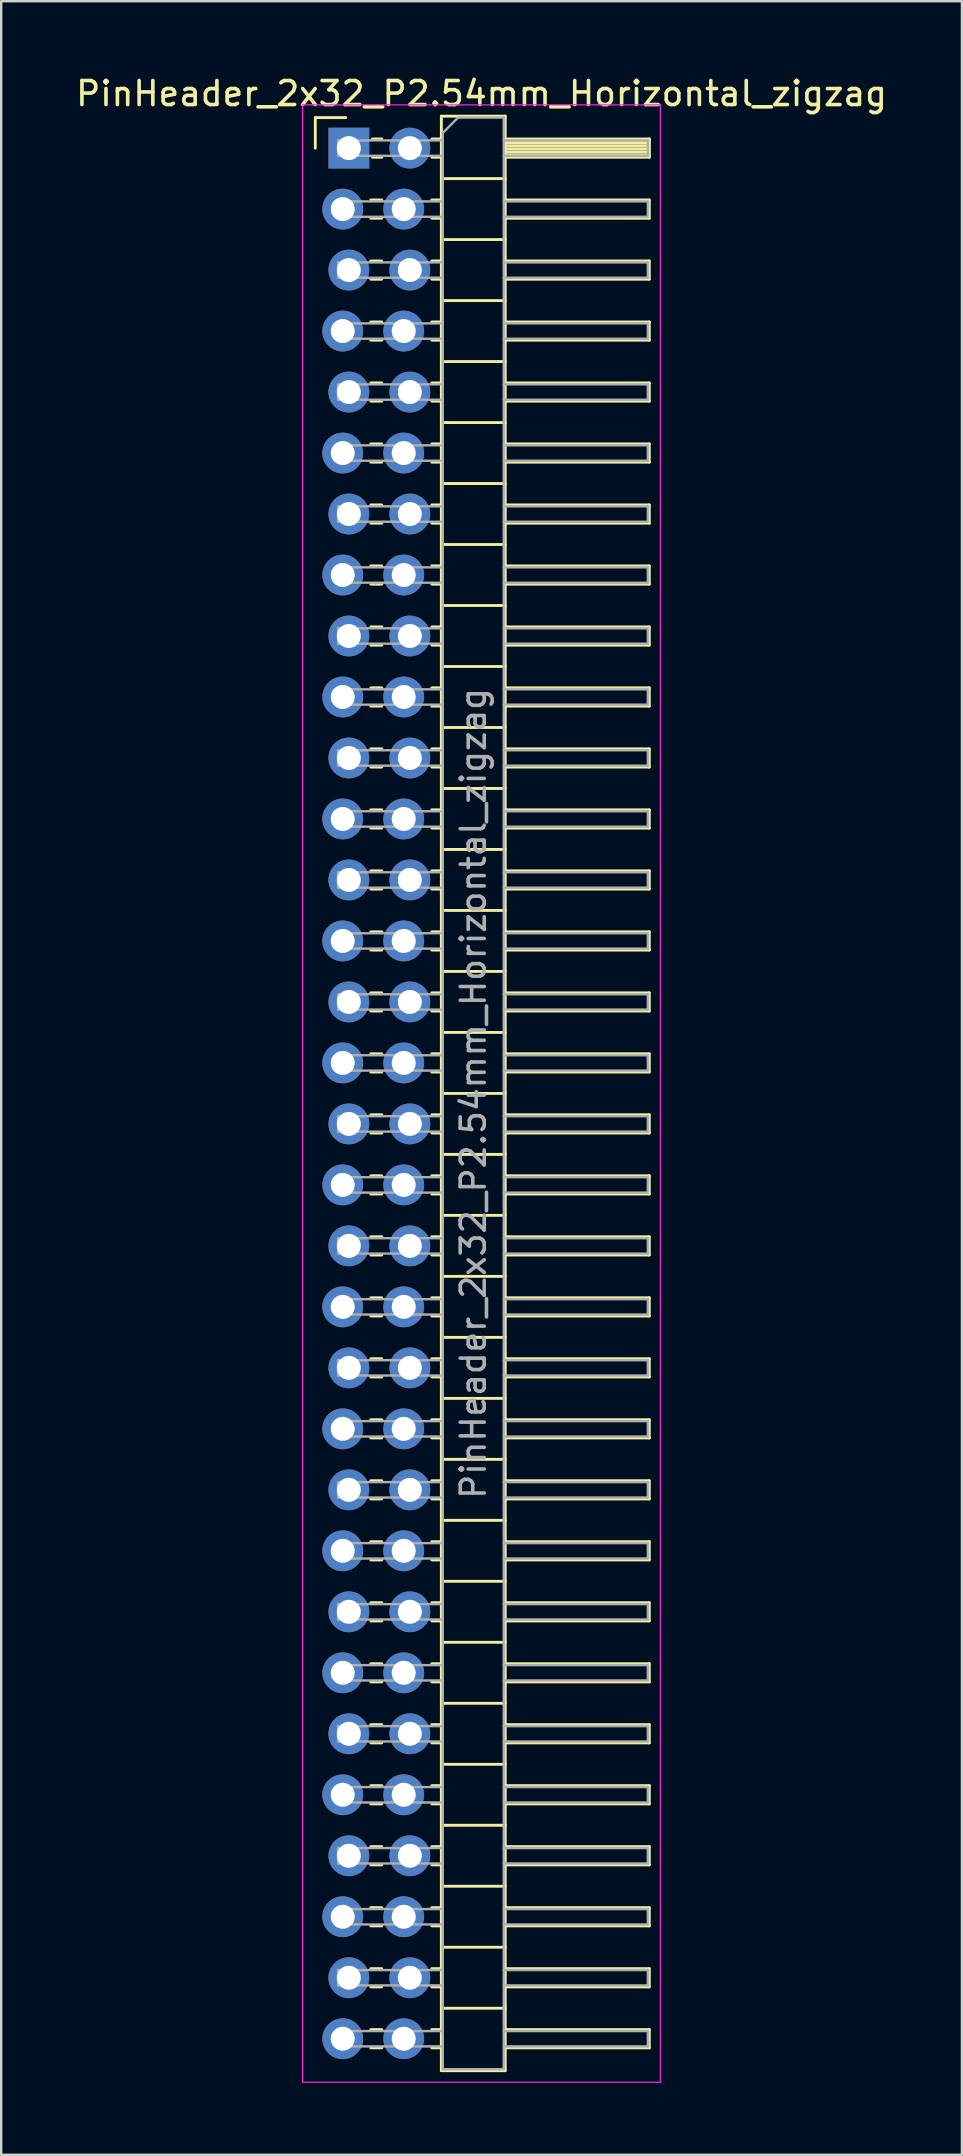
<source format=kicad_pcb>
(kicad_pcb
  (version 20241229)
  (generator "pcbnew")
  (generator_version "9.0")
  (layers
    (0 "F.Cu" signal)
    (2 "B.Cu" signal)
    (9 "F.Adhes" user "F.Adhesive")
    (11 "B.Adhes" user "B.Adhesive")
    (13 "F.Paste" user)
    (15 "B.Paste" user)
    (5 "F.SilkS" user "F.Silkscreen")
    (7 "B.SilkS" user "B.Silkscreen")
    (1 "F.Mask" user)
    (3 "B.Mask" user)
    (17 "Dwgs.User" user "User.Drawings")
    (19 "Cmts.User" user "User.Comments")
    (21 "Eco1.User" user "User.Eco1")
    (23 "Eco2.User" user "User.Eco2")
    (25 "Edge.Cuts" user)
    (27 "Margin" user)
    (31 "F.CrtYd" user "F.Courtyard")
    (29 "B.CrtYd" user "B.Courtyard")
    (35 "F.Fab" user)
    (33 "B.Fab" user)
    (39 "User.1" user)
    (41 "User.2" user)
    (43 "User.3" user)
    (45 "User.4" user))
  (footprint "PinHeader_2x32_P2.54mm_Horizontal_zigzag"
    (layer "F.Cu")
    (at 11.351 3.118)
    (property "Reference" "PinHeader_2x32_P2.54mm_Horizontal_zigzag" (at 5.655 -2.27 0) (layer "F.SilkS") (effects (font (size 1 1) (thickness 0.15))))
    (attr through_hole)
    (fp_line (start -1.27 -1.27) (end 0 -1.27) (stroke (width 0.12) (type solid)) (layer "F.SilkS"))
    (fp_line (start -1.27 0) (end -1.27 -1.27) (stroke (width 0.12) (type solid)) (layer "F.SilkS"))
    (fp_line (start 1.043 2.16) (end 1.497 2.16) (stroke (width 0.12) (type solid)) (layer "F.SilkS"))
    (fp_line (start 1.043 2.92) (end 1.497 2.92) (stroke (width 0.12) (type solid)) (layer "F.SilkS"))
    (fp_line (start 1.043 4.7) (end 1.497 4.7) (stroke (width 0.12) (type solid)) (layer "F.SilkS"))
    (fp_line (start 1.043 5.46) (end 1.497 5.46) (stroke (width 0.12) (type solid)) (layer "F.SilkS"))
    (fp_line (start 1.043 7.24) (end 1.497 7.24) (stroke (width 0.12) (type solid)) (layer "F.SilkS"))
    (fp_line (start 1.043 8) (end 1.497 8) (stroke (width 0.12) (type solid)) (layer "F.SilkS"))
    (fp_line (start 1.043 9.78) (end 1.497 9.78) (stroke (width 0.12) (type solid)) (layer "F.SilkS"))
    (fp_line (start 1.043 10.54) (end 1.497 10.54) (stroke (width 0.12) (type solid)) (layer "F.SilkS"))
    (fp_line (start 1.043 12.32) (end 1.497 12.32) (stroke (width 0.12) (type solid)) (layer "F.SilkS"))
    (fp_line (start 1.043 13.08) (end 1.497 13.08) (stroke (width 0.12) (type solid)) (layer "F.SilkS"))
    (fp_line (start 1.043 14.86) (end 1.497 14.86) (stroke (width 0.12) (type solid)) (layer "F.SilkS"))
    (fp_line (start 1.043 15.62) (end 1.497 15.62) (stroke (width 0.12) (type solid)) (layer "F.SilkS"))
    (fp_line (start 1.043 17.4) (end 1.497 17.4) (stroke (width 0.12) (type solid)) (layer "F.SilkS"))
    (fp_line (start 1.043 18.16) (end 1.497 18.16) (stroke (width 0.12) (type solid)) (layer "F.SilkS"))
    (fp_line (start 1.043 19.94) (end 1.497 19.94) (stroke (width 0.12) (type solid)) (layer "F.SilkS"))
    (fp_line (start 1.043 20.7) (end 1.497 20.7) (stroke (width 0.12) (type solid)) (layer "F.SilkS"))
    (fp_line (start 1.043 22.48) (end 1.497 22.48) (stroke (width 0.12) (type solid)) (layer "F.SilkS"))
    (fp_line (start 1.043 23.24) (end 1.497 23.24) (stroke (width 0.12) (type solid)) (layer "F.SilkS"))
    (fp_line (start 1.043 25.02) (end 1.497 25.02) (stroke (width 0.12) (type solid)) (layer "F.SilkS"))
    (fp_line (start 1.043 25.78) (end 1.497 25.78) (stroke (width 0.12) (type solid)) (layer "F.SilkS"))
    (fp_line (start 1.043 27.56) (end 1.497 27.56) (stroke (width 0.12) (type solid)) (layer "F.SilkS"))
    (fp_line (start 1.043 28.32) (end 1.497 28.32) (stroke (width 0.12) (type solid)) (layer "F.SilkS"))
    (fp_line (start 1.043 30.1) (end 1.497 30.1) (stroke (width 0.12) (type solid)) (layer "F.SilkS"))
    (fp_line (start 1.043 30.86) (end 1.497 30.86) (stroke (width 0.12) (type solid)) (layer "F.SilkS"))
    (fp_line (start 1.043 32.64) (end 1.497 32.64) (stroke (width 0.12) (type solid)) (layer "F.SilkS"))
    (fp_line (start 1.043 33.4) (end 1.497 33.4) (stroke (width 0.12) (type solid)) (layer "F.SilkS"))
    (fp_line (start 1.043 35.18) (end 1.497 35.18) (stroke (width 0.12) (type solid)) (layer "F.SilkS"))
    (fp_line (start 1.043 35.94) (end 1.497 35.94) (stroke (width 0.12) (type solid)) (layer "F.SilkS"))
    (fp_line (start 1.043 37.72) (end 1.497 37.72) (stroke (width 0.12) (type solid)) (layer "F.SilkS"))
    (fp_line (start 1.043 38.48) (end 1.497 38.48) (stroke (width 0.12) (type solid)) (layer "F.SilkS"))
    (fp_line (start 1.043 40.26) (end 1.497 40.26) (stroke (width 0.12) (type solid)) (layer "F.SilkS"))
    (fp_line (start 1.043 41.02) (end 1.497 41.02) (stroke (width 0.12) (type solid)) (layer "F.SilkS"))
    (fp_line (start 1.043 42.8) (end 1.497 42.8) (stroke (width 0.12) (type solid)) (layer "F.SilkS"))
    (fp_line (start 1.043 43.56) (end 1.497 43.56) (stroke (width 0.12) (type solid)) (layer "F.SilkS"))
    (fp_line (start 1.043 45.34) (end 1.497 45.34) (stroke (width 0.12) (type solid)) (layer "F.SilkS"))
    (fp_line (start 1.043 46.1) (end 1.497 46.1) (stroke (width 0.12) (type solid)) (layer "F.SilkS"))
    (fp_line (start 1.043 47.88) (end 1.497 47.88) (stroke (width 0.12) (type solid)) (layer "F.SilkS"))
    (fp_line (start 1.043 48.64) (end 1.497 48.64) (stroke (width 0.12) (type solid)) (layer "F.SilkS"))
    (fp_line (start 1.043 50.42) (end 1.497 50.42) (stroke (width 0.12) (type solid)) (layer "F.SilkS"))
    (fp_line (start 1.043 51.18) (end 1.497 51.18) (stroke (width 0.12) (type solid)) (layer "F.SilkS"))
    (fp_line (start 1.043 52.96) (end 1.497 52.96) (stroke (width 0.12) (type solid)) (layer "F.SilkS"))
    (fp_line (start 1.043 53.72) (end 1.497 53.72) (stroke (width 0.12) (type solid)) (layer "F.SilkS"))
    (fp_line (start 1.043 55.5) (end 1.497 55.5) (stroke (width 0.12) (type solid)) (layer "F.SilkS"))
    (fp_line (start 1.043 56.26) (end 1.497 56.26) (stroke (width 0.12) (type solid)) (layer "F.SilkS"))
    (fp_line (start 1.043 58.04) (end 1.497 58.04) (stroke (width 0.12) (type solid)) (layer "F.SilkS"))
    (fp_line (start 1.043 58.8) (end 1.497 58.8) (stroke (width 0.12) (type solid)) (layer "F.SilkS"))
    (fp_line (start 1.043 60.58) (end 1.497 60.58) (stroke (width 0.12) (type solid)) (layer "F.SilkS"))
    (fp_line (start 1.043 61.34) (end 1.497 61.34) (stroke (width 0.12) (type solid)) (layer "F.SilkS"))
    (fp_line (start 1.043 63.12) (end 1.497 63.12) (stroke (width 0.12) (type solid)) (layer "F.SilkS"))
    (fp_line (start 1.043 63.88) (end 1.497 63.88) (stroke (width 0.12) (type solid)) (layer "F.SilkS"))
    (fp_line (start 1.043 65.66) (end 1.497 65.66) (stroke (width 0.12) (type solid)) (layer "F.SilkS"))
    (fp_line (start 1.043 66.42) (end 1.497 66.42) (stroke (width 0.12) (type solid)) (layer "F.SilkS"))
    (fp_line (start 1.043 68.2) (end 1.497 68.2) (stroke (width 0.12) (type solid)) (layer "F.SilkS"))
    (fp_line (start 1.043 68.96) (end 1.497 68.96) (stroke (width 0.12) (type solid)) (layer "F.SilkS"))
    (fp_line (start 1.043 70.74) (end 1.497 70.74) (stroke (width 0.12) (type solid)) (layer "F.SilkS"))
    (fp_line (start 1.043 71.5) (end 1.497 71.5) (stroke (width 0.12) (type solid)) (layer "F.SilkS"))
    (fp_line (start 1.043 73.28) (end 1.497 73.28) (stroke (width 0.12) (type solid)) (layer "F.SilkS"))
    (fp_line (start 1.043 74.04) (end 1.497 74.04) (stroke (width 0.12) (type solid)) (layer "F.SilkS"))
    (fp_line (start 1.043 75.82) (end 1.497 75.82) (stroke (width 0.12) (type solid)) (layer "F.SilkS"))
    (fp_line (start 1.043 76.58) (end 1.497 76.58) (stroke (width 0.12) (type solid)) (layer "F.SilkS"))
    (fp_line (start 1.043 78.36) (end 1.497 78.36) (stroke (width 0.12) (type solid)) (layer "F.SilkS"))
    (fp_line (start 1.043 79.12) (end 1.497 79.12) (stroke (width 0.12) (type solid)) (layer "F.SilkS"))
    (fp_line (start 1.11 -0.38) (end 1.497 -0.38) (stroke (width 0.12) (type solid)) (layer "F.SilkS"))
    (fp_line (start 1.11 0.38) (end 1.497 0.38) (stroke (width 0.12) (type solid)) (layer "F.SilkS"))
    (fp_line (start 3.583 -0.38) (end 3.98 -0.38) (stroke (width 0.12) (type solid)) (layer "F.SilkS"))
    (fp_line (start 3.583 0.38) (end 3.98 0.38) (stroke (width 0.12) (type solid)) (layer "F.SilkS"))
    (fp_line (start 3.583 2.16) (end 3.98 2.16) (stroke (width 0.12) (type solid)) (layer "F.SilkS"))
    (fp_line (start 3.583 2.92) (end 3.98 2.92) (stroke (width 0.12) (type solid)) (layer "F.SilkS"))
    (fp_line (start 3.583 4.7) (end 3.98 4.7) (stroke (width 0.12) (type solid)) (layer "F.SilkS"))
    (fp_line (start 3.583 5.46) (end 3.98 5.46) (stroke (width 0.12) (type solid)) (layer "F.SilkS"))
    (fp_line (start 3.583 7.24) (end 3.98 7.24) (stroke (width 0.12) (type solid)) (layer "F.SilkS"))
    (fp_line (start 3.583 8) (end 3.98 8) (stroke (width 0.12) (type solid)) (layer "F.SilkS"))
    (fp_line (start 3.583 9.78) (end 3.98 9.78) (stroke (width 0.12) (type solid)) (layer "F.SilkS"))
    (fp_line (start 3.583 10.54) (end 3.98 10.54) (stroke (width 0.12) (type solid)) (layer "F.SilkS"))
    (fp_line (start 3.583 12.32) (end 3.98 12.32) (stroke (width 0.12) (type solid)) (layer "F.SilkS"))
    (fp_line (start 3.583 13.08) (end 3.98 13.08) (stroke (width 0.12) (type solid)) (layer "F.SilkS"))
    (fp_line (start 3.583 14.86) (end 3.98 14.86) (stroke (width 0.12) (type solid)) (layer "F.SilkS"))
    (fp_line (start 3.583 15.62) (end 3.98 15.62) (stroke (width 0.12) (type solid)) (layer "F.SilkS"))
    (fp_line (start 3.583 17.4) (end 3.98 17.4) (stroke (width 0.12) (type solid)) (layer "F.SilkS"))
    (fp_line (start 3.583 18.16) (end 3.98 18.16) (stroke (width 0.12) (type solid)) (layer "F.SilkS"))
    (fp_line (start 3.583 19.94) (end 3.98 19.94) (stroke (width 0.12) (type solid)) (layer "F.SilkS"))
    (fp_line (start 3.583 20.7) (end 3.98 20.7) (stroke (width 0.12) (type solid)) (layer "F.SilkS"))
    (fp_line (start 3.583 22.48) (end 3.98 22.48) (stroke (width 0.12) (type solid)) (layer "F.SilkS"))
    (fp_line (start 3.583 23.24) (end 3.98 23.24) (stroke (width 0.12) (type solid)) (layer "F.SilkS"))
    (fp_line (start 3.583 25.02) (end 3.98 25.02) (stroke (width 0.12) (type solid)) (layer "F.SilkS"))
    (fp_line (start 3.583 25.78) (end 3.98 25.78) (stroke (width 0.12) (type solid)) (layer "F.SilkS"))
    (fp_line (start 3.583 27.56) (end 3.98 27.56) (stroke (width 0.12) (type solid)) (layer "F.SilkS"))
    (fp_line (start 3.583 28.32) (end 3.98 28.32) (stroke (width 0.12) (type solid)) (layer "F.SilkS"))
    (fp_line (start 3.583 30.1) (end 3.98 30.1) (stroke (width 0.12) (type solid)) (layer "F.SilkS"))
    (fp_line (start 3.583 30.86) (end 3.98 30.86) (stroke (width 0.12) (type solid)) (layer "F.SilkS"))
    (fp_line (start 3.583 32.64) (end 3.98 32.64) (stroke (width 0.12) (type solid)) (layer "F.SilkS"))
    (fp_line (start 3.583 33.4) (end 3.98 33.4) (stroke (width 0.12) (type solid)) (layer "F.SilkS"))
    (fp_line (start 3.583 35.18) (end 3.98 35.18) (stroke (width 0.12) (type solid)) (layer "F.SilkS"))
    (fp_line (start 3.583 35.94) (end 3.98 35.94) (stroke (width 0.12) (type solid)) (layer "F.SilkS"))
    (fp_line (start 3.583 37.72) (end 3.98 37.72) (stroke (width 0.12) (type solid)) (layer "F.SilkS"))
    (fp_line (start 3.583 38.48) (end 3.98 38.48) (stroke (width 0.12) (type solid)) (layer "F.SilkS"))
    (fp_line (start 3.583 40.26) (end 3.98 40.26) (stroke (width 0.12) (type solid)) (layer "F.SilkS"))
    (fp_line (start 3.583 41.02) (end 3.98 41.02) (stroke (width 0.12) (type solid)) (layer "F.SilkS"))
    (fp_line (start 3.583 42.8) (end 3.98 42.8) (stroke (width 0.12) (type solid)) (layer "F.SilkS"))
    (fp_line (start 3.583 43.56) (end 3.98 43.56) (stroke (width 0.12) (type solid)) (layer "F.SilkS"))
    (fp_line (start 3.583 45.34) (end 3.98 45.34) (stroke (width 0.12) (type solid)) (layer "F.SilkS"))
    (fp_line (start 3.583 46.1) (end 3.98 46.1) (stroke (width 0.12) (type solid)) (layer "F.SilkS"))
    (fp_line (start 3.583 47.88) (end 3.98 47.88) (stroke (width 0.12) (type solid)) (layer "F.SilkS"))
    (fp_line (start 3.583 48.64) (end 3.98 48.64) (stroke (width 0.12) (type solid)) (layer "F.SilkS"))
    (fp_line (start 3.583 50.42) (end 3.98 50.42) (stroke (width 0.12) (type solid)) (layer "F.SilkS"))
    (fp_line (start 3.583 51.18) (end 3.98 51.18) (stroke (width 0.12) (type solid)) (layer "F.SilkS"))
    (fp_line (start 3.583 52.96) (end 3.98 52.96) (stroke (width 0.12) (type solid)) (layer "F.SilkS"))
    (fp_line (start 3.583 53.72) (end 3.98 53.72) (stroke (width 0.12) (type solid)) (layer "F.SilkS"))
    (fp_line (start 3.583 55.5) (end 3.98 55.5) (stroke (width 0.12) (type solid)) (layer "F.SilkS"))
    (fp_line (start 3.583 56.26) (end 3.98 56.26) (stroke (width 0.12) (type solid)) (layer "F.SilkS"))
    (fp_line (start 3.583 58.04) (end 3.98 58.04) (stroke (width 0.12) (type solid)) (layer "F.SilkS"))
    (fp_line (start 3.583 58.8) (end 3.98 58.8) (stroke (width 0.12) (type solid)) (layer "F.SilkS"))
    (fp_line (start 3.583 60.58) (end 3.98 60.58) (stroke (width 0.12) (type solid)) (layer "F.SilkS"))
    (fp_line (start 3.583 61.34) (end 3.98 61.34) (stroke (width 0.12) (type solid)) (layer "F.SilkS"))
    (fp_line (start 3.583 63.12) (end 3.98 63.12) (stroke (width 0.12) (type solid)) (layer "F.SilkS"))
    (fp_line (start 3.583 63.88) (end 3.98 63.88) (stroke (width 0.12) (type solid)) (layer "F.SilkS"))
    (fp_line (start 3.583 65.66) (end 3.98 65.66) (stroke (width 0.12) (type solid)) (layer "F.SilkS"))
    (fp_line (start 3.583 66.42) (end 3.98 66.42) (stroke (width 0.12) (type solid)) (layer "F.SilkS"))
    (fp_line (start 3.583 68.2) (end 3.98 68.2) (stroke (width 0.12) (type solid)) (layer "F.SilkS"))
    (fp_line (start 3.583 68.96) (end 3.98 68.96) (stroke (width 0.12) (type solid)) (layer "F.SilkS"))
    (fp_line (start 3.583 70.74) (end 3.98 70.74) (stroke (width 0.12) (type solid)) (layer "F.SilkS"))
    (fp_line (start 3.583 71.5) (end 3.98 71.5) (stroke (width 0.12) (type solid)) (layer "F.SilkS"))
    (fp_line (start 3.583 73.28) (end 3.98 73.28) (stroke (width 0.12) (type solid)) (layer "F.SilkS"))
    (fp_line (start 3.583 74.04) (end 3.98 74.04) (stroke (width 0.12) (type solid)) (layer "F.SilkS"))
    (fp_line (start 3.583 75.82) (end 3.98 75.82) (stroke (width 0.12) (type solid)) (layer "F.SilkS"))
    (fp_line (start 3.583 76.58) (end 3.98 76.58) (stroke (width 0.12) (type solid)) (layer "F.SilkS"))
    (fp_line (start 3.583 78.36) (end 3.98 78.36) (stroke (width 0.12) (type solid)) (layer "F.SilkS"))
    (fp_line (start 3.583 79.12) (end 3.98 79.12) (stroke (width 0.12) (type solid)) (layer "F.SilkS"))
    (fp_line (start 3.98 -1.33) (end 3.98 80.07) (stroke (width 0.12) (type solid)) (layer "F.SilkS"))
    (fp_line (start 3.98 1.27) (end 6.64 1.27) (stroke (width 0.12) (type solid)) (layer "F.SilkS"))
    (fp_line (start 3.98 3.81) (end 6.64 3.81) (stroke (width 0.12) (type solid)) (layer "F.SilkS"))
    (fp_line (start 3.98 6.35) (end 6.64 6.35) (stroke (width 0.12) (type solid)) (layer "F.SilkS"))
    (fp_line (start 3.98 8.89) (end 6.64 8.89) (stroke (width 0.12) (type solid)) (layer "F.SilkS"))
    (fp_line (start 3.98 11.43) (end 6.64 11.43) (stroke (width 0.12) (type solid)) (layer "F.SilkS"))
    (fp_line (start 3.98 13.97) (end 6.64 13.97) (stroke (width 0.12) (type solid)) (layer "F.SilkS"))
    (fp_line (start 3.98 16.51) (end 6.64 16.51) (stroke (width 0.12) (type solid)) (layer "F.SilkS"))
    (fp_line (start 3.98 19.05) (end 6.64 19.05) (stroke (width 0.12) (type solid)) (layer "F.SilkS"))
    (fp_line (start 3.98 21.59) (end 6.64 21.59) (stroke (width 0.12) (type solid)) (layer "F.SilkS"))
    (fp_line (start 3.98 24.13) (end 6.64 24.13) (stroke (width 0.12) (type solid)) (layer "F.SilkS"))
    (fp_line (start 3.98 26.67) (end 6.64 26.67) (stroke (width 0.12) (type solid)) (layer "F.SilkS"))
    (fp_line (start 3.98 29.21) (end 6.64 29.21) (stroke (width 0.12) (type solid)) (layer "F.SilkS"))
    (fp_line (start 3.98 31.75) (end 6.64 31.75) (stroke (width 0.12) (type solid)) (layer "F.SilkS"))
    (fp_line (start 3.98 34.29) (end 6.64 34.29) (stroke (width 0.12) (type solid)) (layer "F.SilkS"))
    (fp_line (start 3.98 36.83) (end 6.64 36.83) (stroke (width 0.12) (type solid)) (layer "F.SilkS"))
    (fp_line (start 3.98 39.37) (end 6.64 39.37) (stroke (width 0.12) (type solid)) (layer "F.SilkS"))
    (fp_line (start 3.98 41.91) (end 6.64 41.91) (stroke (width 0.12) (type solid)) (layer "F.SilkS"))
    (fp_line (start 3.98 44.45) (end 6.64 44.45) (stroke (width 0.12) (type solid)) (layer "F.SilkS"))
    (fp_line (start 3.98 46.99) (end 6.64 46.99) (stroke (width 0.12) (type solid)) (layer "F.SilkS"))
    (fp_line (start 3.98 49.53) (end 6.64 49.53) (stroke (width 0.12) (type solid)) (layer "F.SilkS"))
    (fp_line (start 3.98 52.07) (end 6.64 52.07) (stroke (width 0.12) (type solid)) (layer "F.SilkS"))
    (fp_line (start 3.98 54.61) (end 6.64 54.61) (stroke (width 0.12) (type solid)) (layer "F.SilkS"))
    (fp_line (start 3.98 57.15) (end 6.64 57.15) (stroke (width 0.12) (type solid)) (layer "F.SilkS"))
    (fp_line (start 3.98 59.69) (end 6.64 59.69) (stroke (width 0.12) (type solid)) (layer "F.SilkS"))
    (fp_line (start 3.98 62.23) (end 6.64 62.23) (stroke (width 0.12) (type solid)) (layer "F.SilkS"))
    (fp_line (start 3.98 64.77) (end 6.64 64.77) (stroke (width 0.12) (type solid)) (layer "F.SilkS"))
    (fp_line (start 3.98 67.31) (end 6.64 67.31) (stroke (width 0.12) (type solid)) (layer "F.SilkS"))
    (fp_line (start 3.98 69.85) (end 6.64 69.85) (stroke (width 0.12) (type solid)) (layer "F.SilkS"))
    (fp_line (start 3.98 72.39) (end 6.64 72.39) (stroke (width 0.12) (type solid)) (layer "F.SilkS"))
    (fp_line (start 3.98 74.93) (end 6.64 74.93) (stroke (width 0.12) (type solid)) (layer "F.SilkS"))
    (fp_line (start 3.98 77.47) (end 6.64 77.47) (stroke (width 0.12) (type solid)) (layer "F.SilkS"))
    (fp_line (start 3.98 80.07) (end 6.64 80.07) (stroke (width 0.12) (type solid)) (layer "F.SilkS"))
    (fp_line (start 6.64 -1.33) (end 3.98 -1.33) (stroke (width 0.12) (type solid)) (layer "F.SilkS"))
    (fp_line (start 6.64 -0.38) (end 12.64 -0.38) (stroke (width 0.12) (type solid)) (layer "F.SilkS"))
    (fp_line (start 6.64 -0.32) (end 12.64 -0.32) (stroke (width 0.12) (type solid)) (layer "F.SilkS"))
    (fp_line (start 6.64 -0.2) (end 12.64 -0.2) (stroke (width 0.12) (type solid)) (layer "F.SilkS"))
    (fp_line (start 6.64 -0.08) (end 12.64 -0.08) (stroke (width 0.12) (type solid)) (layer "F.SilkS"))
    (fp_line (start 6.64 0.04) (end 12.64 0.04) (stroke (width 0.12) (type solid)) (layer "F.SilkS"))
    (fp_line (start 6.64 0.16) (end 12.64 0.16) (stroke (width 0.12) (type solid)) (layer "F.SilkS"))
    (fp_line (start 6.64 0.28) (end 12.64 0.28) (stroke (width 0.12) (type solid)) (layer "F.SilkS"))
    (fp_line (start 6.64 2.16) (end 12.64 2.16) (stroke (width 0.12) (type solid)) (layer "F.SilkS"))
    (fp_line (start 6.64 4.7) (end 12.64 4.7) (stroke (width 0.12) (type solid)) (layer "F.SilkS"))
    (fp_line (start 6.64 7.24) (end 12.64 7.24) (stroke (width 0.12) (type solid)) (layer "F.SilkS"))
    (fp_line (start 6.64 9.78) (end 12.64 9.78) (stroke (width 0.12) (type solid)) (layer "F.SilkS"))
    (fp_line (start 6.64 12.32) (end 12.64 12.32) (stroke (width 0.12) (type solid)) (layer "F.SilkS"))
    (fp_line (start 6.64 14.86) (end 12.64 14.86) (stroke (width 0.12) (type solid)) (layer "F.SilkS"))
    (fp_line (start 6.64 17.4) (end 12.64 17.4) (stroke (width 0.12) (type solid)) (layer "F.SilkS"))
    (fp_line (start 6.64 19.94) (end 12.64 19.94) (stroke (width 0.12) (type solid)) (layer "F.SilkS"))
    (fp_line (start 6.64 22.48) (end 12.64 22.48) (stroke (width 0.12) (type solid)) (layer "F.SilkS"))
    (fp_line (start 6.64 25.02) (end 12.64 25.02) (stroke (width 0.12) (type solid)) (layer "F.SilkS"))
    (fp_line (start 6.64 27.56) (end 12.64 27.56) (stroke (width 0.12) (type solid)) (layer "F.SilkS"))
    (fp_line (start 6.64 30.1) (end 12.64 30.1) (stroke (width 0.12) (type solid)) (layer "F.SilkS"))
    (fp_line (start 6.64 32.64) (end 12.64 32.64) (stroke (width 0.12) (type solid)) (layer "F.SilkS"))
    (fp_line (start 6.64 35.18) (end 12.64 35.18) (stroke (width 0.12) (type solid)) (layer "F.SilkS"))
    (fp_line (start 6.64 37.72) (end 12.64 37.72) (stroke (width 0.12) (type solid)) (layer "F.SilkS"))
    (fp_line (start 6.64 40.26) (end 12.64 40.26) (stroke (width 0.12) (type solid)) (layer "F.SilkS"))
    (fp_line (start 6.64 42.8) (end 12.64 42.8) (stroke (width 0.12) (type solid)) (layer "F.SilkS"))
    (fp_line (start 6.64 45.34) (end 12.64 45.34) (stroke (width 0.12) (type solid)) (layer "F.SilkS"))
    (fp_line (start 6.64 47.88) (end 12.64 47.88) (stroke (width 0.12) (type solid)) (layer "F.SilkS"))
    (fp_line (start 6.64 50.42) (end 12.64 50.42) (stroke (width 0.12) (type solid)) (layer "F.SilkS"))
    (fp_line (start 6.64 52.96) (end 12.64 52.96) (stroke (width 0.12) (type solid)) (layer "F.SilkS"))
    (fp_line (start 6.64 55.5) (end 12.64 55.5) (stroke (width 0.12) (type solid)) (layer "F.SilkS"))
    (fp_line (start 6.64 58.04) (end 12.64 58.04) (stroke (width 0.12) (type solid)) (layer "F.SilkS"))
    (fp_line (start 6.64 60.58) (end 12.64 60.58) (stroke (width 0.12) (type solid)) (layer "F.SilkS"))
    (fp_line (start 6.64 63.12) (end 12.64 63.12) (stroke (width 0.12) (type solid)) (layer "F.SilkS"))
    (fp_line (start 6.64 65.66) (end 12.64 65.66) (stroke (width 0.12) (type solid)) (layer "F.SilkS"))
    (fp_line (start 6.64 68.2) (end 12.64 68.2) (stroke (width 0.12) (type solid)) (layer "F.SilkS"))
    (fp_line (start 6.64 70.74) (end 12.64 70.74) (stroke (width 0.12) (type solid)) (layer "F.SilkS"))
    (fp_line (start 6.64 73.28) (end 12.64 73.28) (stroke (width 0.12) (type solid)) (layer "F.SilkS"))
    (fp_line (start 6.64 75.82) (end 12.64 75.82) (stroke (width 0.12) (type solid)) (layer "F.SilkS"))
    (fp_line (start 6.64 78.36) (end 12.64 78.36) (stroke (width 0.12) (type solid)) (layer "F.SilkS"))
    (fp_line (start 6.64 80.07) (end 6.64 -1.33) (stroke (width 0.12) (type solid)) (layer "F.SilkS"))
    (fp_line (start 12.64 -0.38) (end 12.64 0.38) (stroke (width 0.12) (type solid)) (layer "F.SilkS"))
    (fp_line (start 12.64 0.38) (end 6.64 0.38) (stroke (width 0.12) (type solid)) (layer "F.SilkS"))
    (fp_line (start 12.64 2.16) (end 12.64 2.92) (stroke (width 0.12) (type solid)) (layer "F.SilkS"))
    (fp_line (start 12.64 2.92) (end 6.64 2.92) (stroke (width 0.12) (type solid)) (layer "F.SilkS"))
    (fp_line (start 12.64 4.7) (end 12.64 5.46) (stroke (width 0.12) (type solid)) (layer "F.SilkS"))
    (fp_line (start 12.64 5.46) (end 6.64 5.46) (stroke (width 0.12) (type solid)) (layer "F.SilkS"))
    (fp_line (start 12.64 7.24) (end 12.64 8) (stroke (width 0.12) (type solid)) (layer "F.SilkS"))
    (fp_line (start 12.64 8) (end 6.64 8) (stroke (width 0.12) (type solid)) (layer "F.SilkS"))
    (fp_line (start 12.64 9.78) (end 12.64 10.54) (stroke (width 0.12) (type solid)) (layer "F.SilkS"))
    (fp_line (start 12.64 10.54) (end 6.64 10.54) (stroke (width 0.12) (type solid)) (layer "F.SilkS"))
    (fp_line (start 12.64 12.32) (end 12.64 13.08) (stroke (width 0.12) (type solid)) (layer "F.SilkS"))
    (fp_line (start 12.64 13.08) (end 6.64 13.08) (stroke (width 0.12) (type solid)) (layer "F.SilkS"))
    (fp_line (start 12.64 14.86) (end 12.64 15.62) (stroke (width 0.12) (type solid)) (layer "F.SilkS"))
    (fp_line (start 12.64 15.62) (end 6.64 15.62) (stroke (width 0.12) (type solid)) (layer "F.SilkS"))
    (fp_line (start 12.64 17.4) (end 12.64 18.16) (stroke (width 0.12) (type solid)) (layer "F.SilkS"))
    (fp_line (start 12.64 18.16) (end 6.64 18.16) (stroke (width 0.12) (type solid)) (layer "F.SilkS"))
    (fp_line (start 12.64 19.94) (end 12.64 20.7) (stroke (width 0.12) (type solid)) (layer "F.SilkS"))
    (fp_line (start 12.64 20.7) (end 6.64 20.7) (stroke (width 0.12) (type solid)) (layer "F.SilkS"))
    (fp_line (start 12.64 22.48) (end 12.64 23.24) (stroke (width 0.12) (type solid)) (layer "F.SilkS"))
    (fp_line (start 12.64 23.24) (end 6.64 23.24) (stroke (width 0.12) (type solid)) (layer "F.SilkS"))
    (fp_line (start 12.64 25.02) (end 12.64 25.78) (stroke (width 0.12) (type solid)) (layer "F.SilkS"))
    (fp_line (start 12.64 25.78) (end 6.64 25.78) (stroke (width 0.12) (type solid)) (layer "F.SilkS"))
    (fp_line (start 12.64 27.56) (end 12.64 28.32) (stroke (width 0.12) (type solid)) (layer "F.SilkS"))
    (fp_line (start 12.64 28.32) (end 6.64 28.32) (stroke (width 0.12) (type solid)) (layer "F.SilkS"))
    (fp_line (start 12.64 30.1) (end 12.64 30.86) (stroke (width 0.12) (type solid)) (layer "F.SilkS"))
    (fp_line (start 12.64 30.86) (end 6.64 30.86) (stroke (width 0.12) (type solid)) (layer "F.SilkS"))
    (fp_line (start 12.64 32.64) (end 12.64 33.4) (stroke (width 0.12) (type solid)) (layer "F.SilkS"))
    (fp_line (start 12.64 33.4) (end 6.64 33.4) (stroke (width 0.12) (type solid)) (layer "F.SilkS"))
    (fp_line (start 12.64 35.18) (end 12.64 35.94) (stroke (width 0.12) (type solid)) (layer "F.SilkS"))
    (fp_line (start 12.64 35.94) (end 6.64 35.94) (stroke (width 0.12) (type solid)) (layer "F.SilkS"))
    (fp_line (start 12.64 37.72) (end 12.64 38.48) (stroke (width 0.12) (type solid)) (layer "F.SilkS"))
    (fp_line (start 12.64 38.48) (end 6.64 38.48) (stroke (width 0.12) (type solid)) (layer "F.SilkS"))
    (fp_line (start 12.64 40.26) (end 12.64 41.02) (stroke (width 0.12) (type solid)) (layer "F.SilkS"))
    (fp_line (start 12.64 41.02) (end 6.64 41.02) (stroke (width 0.12) (type solid)) (layer "F.SilkS"))
    (fp_line (start 12.64 42.8) (end 12.64 43.56) (stroke (width 0.12) (type solid)) (layer "F.SilkS"))
    (fp_line (start 12.64 43.56) (end 6.64 43.56) (stroke (width 0.12) (type solid)) (layer "F.SilkS"))
    (fp_line (start 12.64 45.34) (end 12.64 46.1) (stroke (width 0.12) (type solid)) (layer "F.SilkS"))
    (fp_line (start 12.64 46.1) (end 6.64 46.1) (stroke (width 0.12) (type solid)) (layer "F.SilkS"))
    (fp_line (start 12.64 47.88) (end 12.64 48.64) (stroke (width 0.12) (type solid)) (layer "F.SilkS"))
    (fp_line (start 12.64 48.64) (end 6.64 48.64) (stroke (width 0.12) (type solid)) (layer "F.SilkS"))
    (fp_line (start 12.64 50.42) (end 12.64 51.18) (stroke (width 0.12) (type solid)) (layer "F.SilkS"))
    (fp_line (start 12.64 51.18) (end 6.64 51.18) (stroke (width 0.12) (type solid)) (layer "F.SilkS"))
    (fp_line (start 12.64 52.96) (end 12.64 53.72) (stroke (width 0.12) (type solid)) (layer "F.SilkS"))
    (fp_line (start 12.64 53.72) (end 6.64 53.72) (stroke (width 0.12) (type solid)) (layer "F.SilkS"))
    (fp_line (start 12.64 55.5) (end 12.64 56.26) (stroke (width 0.12) (type solid)) (layer "F.SilkS"))
    (fp_line (start 12.64 56.26) (end 6.64 56.26) (stroke (width 0.12) (type solid)) (layer "F.SilkS"))
    (fp_line (start 12.64 58.04) (end 12.64 58.8) (stroke (width 0.12) (type solid)) (layer "F.SilkS"))
    (fp_line (start 12.64 58.8) (end 6.64 58.8) (stroke (width 0.12) (type solid)) (layer "F.SilkS"))
    (fp_line (start 12.64 60.58) (end 12.64 61.34) (stroke (width 0.12) (type solid)) (layer "F.SilkS"))
    (fp_line (start 12.64 61.34) (end 6.64 61.34) (stroke (width 0.12) (type solid)) (layer "F.SilkS"))
    (fp_line (start 12.64 63.12) (end 12.64 63.88) (stroke (width 0.12) (type solid)) (layer "F.SilkS"))
    (fp_line (start 12.64 63.88) (end 6.64 63.88) (stroke (width 0.12) (type solid)) (layer "F.SilkS"))
    (fp_line (start 12.64 65.66) (end 12.64 66.42) (stroke (width 0.12) (type solid)) (layer "F.SilkS"))
    (fp_line (start 12.64 66.42) (end 6.64 66.42) (stroke (width 0.12) (type solid)) (layer "F.SilkS"))
    (fp_line (start 12.64 68.2) (end 12.64 68.96) (stroke (width 0.12) (type solid)) (layer "F.SilkS"))
    (fp_line (start 12.64 68.96) (end 6.64 68.96) (stroke (width 0.12) (type solid)) (layer "F.SilkS"))
    (fp_line (start 12.64 70.74) (end 12.64 71.5) (stroke (width 0.12) (type solid)) (layer "F.SilkS"))
    (fp_line (start 12.64 71.5) (end 6.64 71.5) (stroke (width 0.12) (type solid)) (layer "F.SilkS"))
    (fp_line (start 12.64 73.28) (end 12.64 74.04) (stroke (width 0.12) (type solid)) (layer "F.SilkS"))
    (fp_line (start 12.64 74.04) (end 6.64 74.04) (stroke (width 0.12) (type solid)) (layer "F.SilkS"))
    (fp_line (start 12.64 75.82) (end 12.64 76.58) (stroke (width 0.12) (type solid)) (layer "F.SilkS"))
    (fp_line (start 12.64 76.58) (end 6.64 76.58) (stroke (width 0.12) (type solid)) (layer "F.SilkS"))
    (fp_line (start 12.64 78.36) (end 12.64 79.12) (stroke (width 0.12) (type solid)) (layer "F.SilkS"))
    (fp_line (start 12.64 79.12) (end 6.64 79.12) (stroke (width 0.12) (type solid)) (layer "F.SilkS"))
    (fp_line (start -1.8 -1.8) (end -1.8 80.55) (stroke (width 0.05) (type solid)) (layer "F.CrtYd"))
    (fp_line (start -1.8 80.55) (end 13.1 80.55) (stroke (width 0.05) (type solid)) (layer "F.CrtYd"))
    (fp_line (start 13.1 -1.8) (end -1.8 -1.8) (stroke (width 0.05) (type solid)) (layer "F.CrtYd"))
    (fp_line (start 13.1 80.55) (end 13.1 -1.8) (stroke (width 0.05) (type solid)) (layer "F.CrtYd"))
    (fp_line (start -0.32 -0.32) (end -0.32 0.32) (stroke (width 0.1) (type solid)) (layer "F.Fab"))
    (fp_line (start -0.32 -0.32) (end 4.04 -0.32) (stroke (width 0.1) (type solid)) (layer "F.Fab"))
    (fp_line (start -0.32 0.32) (end 4.04 0.32) (stroke (width 0.1) (type solid)) (layer "F.Fab"))
    (fp_line (start -0.32 2.22) (end -0.32 2.86) (stroke (width 0.1) (type solid)) (layer "F.Fab"))
    (fp_line (start -0.32 2.22) (end 4.04 2.22) (stroke (width 0.1) (type solid)) (layer "F.Fab"))
    (fp_line (start -0.32 2.86) (end 4.04 2.86) (stroke (width 0.1) (type solid)) (layer "F.Fab"))
    (fp_line (start -0.32 4.76) (end -0.32 5.4) (stroke (width 0.1) (type solid)) (layer "F.Fab"))
    (fp_line (start -0.32 4.76) (end 4.04 4.76) (stroke (width 0.1) (type solid)) (layer "F.Fab"))
    (fp_line (start -0.32 5.4) (end 4.04 5.4) (stroke (width 0.1) (type solid)) (layer "F.Fab"))
    (fp_line (start -0.32 7.3) (end -0.32 7.94) (stroke (width 0.1) (type solid)) (layer "F.Fab"))
    (fp_line (start -0.32 7.3) (end 4.04 7.3) (stroke (width 0.1) (type solid)) (layer "F.Fab"))
    (fp_line (start -0.32 7.94) (end 4.04 7.94) (stroke (width 0.1) (type solid)) (layer "F.Fab"))
    (fp_line (start -0.32 9.84) (end -0.32 10.48) (stroke (width 0.1) (type solid)) (layer "F.Fab"))
    (fp_line (start -0.32 9.84) (end 4.04 9.84) (stroke (width 0.1) (type solid)) (layer "F.Fab"))
    (fp_line (start -0.32 10.48) (end 4.04 10.48) (stroke (width 0.1) (type solid)) (layer "F.Fab"))
    (fp_line (start -0.32 12.38) (end -0.32 13.02) (stroke (width 0.1) (type solid)) (layer "F.Fab"))
    (fp_line (start -0.32 12.38) (end 4.04 12.38) (stroke (width 0.1) (type solid)) (layer "F.Fab"))
    (fp_line (start -0.32 13.02) (end 4.04 13.02) (stroke (width 0.1) (type solid)) (layer "F.Fab"))
    (fp_line (start -0.32 14.92) (end -0.32 15.56) (stroke (width 0.1) (type solid)) (layer "F.Fab"))
    (fp_line (start -0.32 14.92) (end 4.04 14.92) (stroke (width 0.1) (type solid)) (layer "F.Fab"))
    (fp_line (start -0.32 15.56) (end 4.04 15.56) (stroke (width 0.1) (type solid)) (layer "F.Fab"))
    (fp_line (start -0.32 17.46) (end -0.32 18.1) (stroke (width 0.1) (type solid)) (layer "F.Fab"))
    (fp_line (start -0.32 17.46) (end 4.04 17.46) (stroke (width 0.1) (type solid)) (layer "F.Fab"))
    (fp_line (start -0.32 18.1) (end 4.04 18.1) (stroke (width 0.1) (type solid)) (layer "F.Fab"))
    (fp_line (start -0.32 20) (end -0.32 20.64) (stroke (width 0.1) (type solid)) (layer "F.Fab"))
    (fp_line (start -0.32 20) (end 4.04 20) (stroke (width 0.1) (type solid)) (layer "F.Fab"))
    (fp_line (start -0.32 20.64) (end 4.04 20.64) (stroke (width 0.1) (type solid)) (layer "F.Fab"))
    (fp_line (start -0.32 22.54) (end -0.32 23.18) (stroke (width 0.1) (type solid)) (layer "F.Fab"))
    (fp_line (start -0.32 22.54) (end 4.04 22.54) (stroke (width 0.1) (type solid)) (layer "F.Fab"))
    (fp_line (start -0.32 23.18) (end 4.04 23.18) (stroke (width 0.1) (type solid)) (layer "F.Fab"))
    (fp_line (start -0.32 25.08) (end -0.32 25.72) (stroke (width 0.1) (type solid)) (layer "F.Fab"))
    (fp_line (start -0.32 25.08) (end 4.04 25.08) (stroke (width 0.1) (type solid)) (layer "F.Fab"))
    (fp_line (start -0.32 25.72) (end 4.04 25.72) (stroke (width 0.1) (type solid)) (layer "F.Fab"))
    (fp_line (start -0.32 27.62) (end -0.32 28.26) (stroke (width 0.1) (type solid)) (layer "F.Fab"))
    (fp_line (start -0.32 27.62) (end 4.04 27.62) (stroke (width 0.1) (type solid)) (layer "F.Fab"))
    (fp_line (start -0.32 28.26) (end 4.04 28.26) (stroke (width 0.1) (type solid)) (layer "F.Fab"))
    (fp_line (start -0.32 30.16) (end -0.32 30.8) (stroke (width 0.1) (type solid)) (layer "F.Fab"))
    (fp_line (start -0.32 30.16) (end 4.04 30.16) (stroke (width 0.1) (type solid)) (layer "F.Fab"))
    (fp_line (start -0.32 30.8) (end 4.04 30.8) (stroke (width 0.1) (type solid)) (layer "F.Fab"))
    (fp_line (start -0.32 32.7) (end -0.32 33.34) (stroke (width 0.1) (type solid)) (layer "F.Fab"))
    (fp_line (start -0.32 32.7) (end 4.04 32.7) (stroke (width 0.1) (type solid)) (layer "F.Fab"))
    (fp_line (start -0.32 33.34) (end 4.04 33.34) (stroke (width 0.1) (type solid)) (layer "F.Fab"))
    (fp_line (start -0.32 35.24) (end -0.32 35.88) (stroke (width 0.1) (type solid)) (layer "F.Fab"))
    (fp_line (start -0.32 35.24) (end 4.04 35.24) (stroke (width 0.1) (type solid)) (layer "F.Fab"))
    (fp_line (start -0.32 35.88) (end 4.04 35.88) (stroke (width 0.1) (type solid)) (layer "F.Fab"))
    (fp_line (start -0.32 37.78) (end -0.32 38.42) (stroke (width 0.1) (type solid)) (layer "F.Fab"))
    (fp_line (start -0.32 37.78) (end 4.04 37.78) (stroke (width 0.1) (type solid)) (layer "F.Fab"))
    (fp_line (start -0.32 38.42) (end 4.04 38.42) (stroke (width 0.1) (type solid)) (layer "F.Fab"))
    (fp_line (start -0.32 40.32) (end -0.32 40.96) (stroke (width 0.1) (type solid)) (layer "F.Fab"))
    (fp_line (start -0.32 40.32) (end 4.04 40.32) (stroke (width 0.1) (type solid)) (layer "F.Fab"))
    (fp_line (start -0.32 40.96) (end 4.04 40.96) (stroke (width 0.1) (type solid)) (layer "F.Fab"))
    (fp_line (start -0.32 42.86) (end -0.32 43.5) (stroke (width 0.1) (type solid)) (layer "F.Fab"))
    (fp_line (start -0.32 42.86) (end 4.04 42.86) (stroke (width 0.1) (type solid)) (layer "F.Fab"))
    (fp_line (start -0.32 43.5) (end 4.04 43.5) (stroke (width 0.1) (type solid)) (layer "F.Fab"))
    (fp_line (start -0.32 45.4) (end -0.32 46.04) (stroke (width 0.1) (type solid)) (layer "F.Fab"))
    (fp_line (start -0.32 45.4) (end 4.04 45.4) (stroke (width 0.1) (type solid)) (layer "F.Fab"))
    (fp_line (start -0.32 46.04) (end 4.04 46.04) (stroke (width 0.1) (type solid)) (layer "F.Fab"))
    (fp_line (start -0.32 47.94) (end -0.32 48.58) (stroke (width 0.1) (type solid)) (layer "F.Fab"))
    (fp_line (start -0.32 47.94) (end 4.04 47.94) (stroke (width 0.1) (type solid)) (layer "F.Fab"))
    (fp_line (start -0.32 48.58) (end 4.04 48.58) (stroke (width 0.1) (type solid)) (layer "F.Fab"))
    (fp_line (start -0.32 50.48) (end -0.32 51.12) (stroke (width 0.1) (type solid)) (layer "F.Fab"))
    (fp_line (start -0.32 50.48) (end 4.04 50.48) (stroke (width 0.1) (type solid)) (layer "F.Fab"))
    (fp_line (start -0.32 51.12) (end 4.04 51.12) (stroke (width 0.1) (type solid)) (layer "F.Fab"))
    (fp_line (start -0.32 53.02) (end -0.32 53.66) (stroke (width 0.1) (type solid)) (layer "F.Fab"))
    (fp_line (start -0.32 53.02) (end 4.04 53.02) (stroke (width 0.1) (type solid)) (layer "F.Fab"))
    (fp_line (start -0.32 53.66) (end 4.04 53.66) (stroke (width 0.1) (type solid)) (layer "F.Fab"))
    (fp_line (start -0.32 55.56) (end -0.32 56.2) (stroke (width 0.1) (type solid)) (layer "F.Fab"))
    (fp_line (start -0.32 55.56) (end 4.04 55.56) (stroke (width 0.1) (type solid)) (layer "F.Fab"))
    (fp_line (start -0.32 56.2) (end 4.04 56.2) (stroke (width 0.1) (type solid)) (layer "F.Fab"))
    (fp_line (start -0.32 58.1) (end -0.32 58.74) (stroke (width 0.1) (type solid)) (layer "F.Fab"))
    (fp_line (start -0.32 58.1) (end 4.04 58.1) (stroke (width 0.1) (type solid)) (layer "F.Fab"))
    (fp_line (start -0.32 58.74) (end 4.04 58.74) (stroke (width 0.1) (type solid)) (layer "F.Fab"))
    (fp_line (start -0.32 60.64) (end -0.32 61.28) (stroke (width 0.1) (type solid)) (layer "F.Fab"))
    (fp_line (start -0.32 60.64) (end 4.04 60.64) (stroke (width 0.1) (type solid)) (layer "F.Fab"))
    (fp_line (start -0.32 61.28) (end 4.04 61.28) (stroke (width 0.1) (type solid)) (layer "F.Fab"))
    (fp_line (start -0.32 63.18) (end -0.32 63.82) (stroke (width 0.1) (type solid)) (layer "F.Fab"))
    (fp_line (start -0.32 63.18) (end 4.04 63.18) (stroke (width 0.1) (type solid)) (layer "F.Fab"))
    (fp_line (start -0.32 63.82) (end 4.04 63.82) (stroke (width 0.1) (type solid)) (layer "F.Fab"))
    (fp_line (start -0.32 65.72) (end -0.32 66.36) (stroke (width 0.1) (type solid)) (layer "F.Fab"))
    (fp_line (start -0.32 65.72) (end 4.04 65.72) (stroke (width 0.1) (type solid)) (layer "F.Fab"))
    (fp_line (start -0.32 66.36) (end 4.04 66.36) (stroke (width 0.1) (type solid)) (layer "F.Fab"))
    (fp_line (start -0.32 68.26) (end -0.32 68.9) (stroke (width 0.1) (type solid)) (layer "F.Fab"))
    (fp_line (start -0.32 68.26) (end 4.04 68.26) (stroke (width 0.1) (type solid)) (layer "F.Fab"))
    (fp_line (start -0.32 68.9) (end 4.04 68.9) (stroke (width 0.1) (type solid)) (layer "F.Fab"))
    (fp_line (start -0.32 70.8) (end -0.32 71.44) (stroke (width 0.1) (type solid)) (layer "F.Fab"))
    (fp_line (start -0.32 70.8) (end 4.04 70.8) (stroke (width 0.1) (type solid)) (layer "F.Fab"))
    (fp_line (start -0.32 71.44) (end 4.04 71.44) (stroke (width 0.1) (type solid)) (layer "F.Fab"))
    (fp_line (start -0.32 73.34) (end -0.32 73.98) (stroke (width 0.1) (type solid)) (layer "F.Fab"))
    (fp_line (start -0.32 73.34) (end 4.04 73.34) (stroke (width 0.1) (type solid)) (layer "F.Fab"))
    (fp_line (start -0.32 73.98) (end 4.04 73.98) (stroke (width 0.1) (type solid)) (layer "F.Fab"))
    (fp_line (start -0.32 75.88) (end -0.32 76.52) (stroke (width 0.1) (type solid)) (layer "F.Fab"))
    (fp_line (start -0.32 75.88) (end 4.04 75.88) (stroke (width 0.1) (type solid)) (layer "F.Fab"))
    (fp_line (start -0.32 76.52) (end 4.04 76.52) (stroke (width 0.1) (type solid)) (layer "F.Fab"))
    (fp_line (start -0.32 78.42) (end -0.32 79.06) (stroke (width 0.1) (type solid)) (layer "F.Fab"))
    (fp_line (start -0.32 78.42) (end 4.04 78.42) (stroke (width 0.1) (type solid)) (layer "F.Fab"))
    (fp_line (start -0.32 79.06) (end 4.04 79.06) (stroke (width 0.1) (type solid)) (layer "F.Fab"))
    (fp_line (start 4.04 -0.635) (end 4.675 -1.27) (stroke (width 0.1) (type solid)) (layer "F.Fab"))
    (fp_line (start 4.04 80.01) (end 4.04 -0.635) (stroke (width 0.1) (type solid)) (layer "F.Fab"))
    (fp_line (start 4.675 -1.27) (end 6.58 -1.27) (stroke (width 0.1) (type solid)) (layer "F.Fab"))
    (fp_line (start 6.58 -1.27) (end 6.58 80.01) (stroke (width 0.1) (type solid)) (layer "F.Fab"))
    (fp_line (start 6.58 -0.32) (end 12.58 -0.32) (stroke (width 0.1) (type solid)) (layer "F.Fab"))
    (fp_line (start 6.58 0.32) (end 12.58 0.32) (stroke (width 0.1) (type solid)) (layer "F.Fab"))
    (fp_line (start 6.58 2.22) (end 12.58 2.22) (stroke (width 0.1) (type solid)) (layer "F.Fab"))
    (fp_line (start 6.58 2.86) (end 12.58 2.86) (stroke (width 0.1) (type solid)) (layer "F.Fab"))
    (fp_line (start 6.58 4.76) (end 12.58 4.76) (stroke (width 0.1) (type solid)) (layer "F.Fab"))
    (fp_line (start 6.58 5.4) (end 12.58 5.4) (stroke (width 0.1) (type solid)) (layer "F.Fab"))
    (fp_line (start 6.58 7.3) (end 12.58 7.3) (stroke (width 0.1) (type solid)) (layer "F.Fab"))
    (fp_line (start 6.58 7.94) (end 12.58 7.94) (stroke (width 0.1) (type solid)) (layer "F.Fab"))
    (fp_line (start 6.58 9.84) (end 12.58 9.84) (stroke (width 0.1) (type solid)) (layer "F.Fab"))
    (fp_line (start 6.58 10.48) (end 12.58 10.48) (stroke (width 0.1) (type solid)) (layer "F.Fab"))
    (fp_line (start 6.58 12.38) (end 12.58 12.38) (stroke (width 0.1) (type solid)) (layer "F.Fab"))
    (fp_line (start 6.58 13.02) (end 12.58 13.02) (stroke (width 0.1) (type solid)) (layer "F.Fab"))
    (fp_line (start 6.58 14.92) (end 12.58 14.92) (stroke (width 0.1) (type solid)) (layer "F.Fab"))
    (fp_line (start 6.58 15.56) (end 12.58 15.56) (stroke (width 0.1) (type solid)) (layer "F.Fab"))
    (fp_line (start 6.58 17.46) (end 12.58 17.46) (stroke (width 0.1) (type solid)) (layer "F.Fab"))
    (fp_line (start 6.58 18.1) (end 12.58 18.1) (stroke (width 0.1) (type solid)) (layer "F.Fab"))
    (fp_line (start 6.58 20) (end 12.58 20) (stroke (width 0.1) (type solid)) (layer "F.Fab"))
    (fp_line (start 6.58 20.64) (end 12.58 20.64) (stroke (width 0.1) (type solid)) (layer "F.Fab"))
    (fp_line (start 6.58 22.54) (end 12.58 22.54) (stroke (width 0.1) (type solid)) (layer "F.Fab"))
    (fp_line (start 6.58 23.18) (end 12.58 23.18) (stroke (width 0.1) (type solid)) (layer "F.Fab"))
    (fp_line (start 6.58 25.08) (end 12.58 25.08) (stroke (width 0.1) (type solid)) (layer "F.Fab"))
    (fp_line (start 6.58 25.72) (end 12.58 25.72) (stroke (width 0.1) (type solid)) (layer "F.Fab"))
    (fp_line (start 6.58 27.62) (end 12.58 27.62) (stroke (width 0.1) (type solid)) (layer "F.Fab"))
    (fp_line (start 6.58 28.26) (end 12.58 28.26) (stroke (width 0.1) (type solid)) (layer "F.Fab"))
    (fp_line (start 6.58 30.16) (end 12.58 30.16) (stroke (width 0.1) (type solid)) (layer "F.Fab"))
    (fp_line (start 6.58 30.8) (end 12.58 30.8) (stroke (width 0.1) (type solid)) (layer "F.Fab"))
    (fp_line (start 6.58 32.7) (end 12.58 32.7) (stroke (width 0.1) (type solid)) (layer "F.Fab"))
    (fp_line (start 6.58 33.34) (end 12.58 33.34) (stroke (width 0.1) (type solid)) (layer "F.Fab"))
    (fp_line (start 6.58 35.24) (end 12.58 35.24) (stroke (width 0.1) (type solid)) (layer "F.Fab"))
    (fp_line (start 6.58 35.88) (end 12.58 35.88) (stroke (width 0.1) (type solid)) (layer "F.Fab"))
    (fp_line (start 6.58 37.78) (end 12.58 37.78) (stroke (width 0.1) (type solid)) (layer "F.Fab"))
    (fp_line (start 6.58 38.42) (end 12.58 38.42) (stroke (width 0.1) (type solid)) (layer "F.Fab"))
    (fp_line (start 6.58 40.32) (end 12.58 40.32) (stroke (width 0.1) (type solid)) (layer "F.Fab"))
    (fp_line (start 6.58 40.96) (end 12.58 40.96) (stroke (width 0.1) (type solid)) (layer "F.Fab"))
    (fp_line (start 6.58 42.86) (end 12.58 42.86) (stroke (width 0.1) (type solid)) (layer "F.Fab"))
    (fp_line (start 6.58 43.5) (end 12.58 43.5) (stroke (width 0.1) (type solid)) (layer "F.Fab"))
    (fp_line (start 6.58 45.4) (end 12.58 45.4) (stroke (width 0.1) (type solid)) (layer "F.Fab"))
    (fp_line (start 6.58 46.04) (end 12.58 46.04) (stroke (width 0.1) (type solid)) (layer "F.Fab"))
    (fp_line (start 6.58 47.94) (end 12.58 47.94) (stroke (width 0.1) (type solid)) (layer "F.Fab"))
    (fp_line (start 6.58 48.58) (end 12.58 48.58) (stroke (width 0.1) (type solid)) (layer "F.Fab"))
    (fp_line (start 6.58 50.48) (end 12.58 50.48) (stroke (width 0.1) (type solid)) (layer "F.Fab"))
    (fp_line (start 6.58 51.12) (end 12.58 51.12) (stroke (width 0.1) (type solid)) (layer "F.Fab"))
    (fp_line (start 6.58 53.02) (end 12.58 53.02) (stroke (width 0.1) (type solid)) (layer "F.Fab"))
    (fp_line (start 6.58 53.66) (end 12.58 53.66) (stroke (width 0.1) (type solid)) (layer "F.Fab"))
    (fp_line (start 6.58 55.56) (end 12.58 55.56) (stroke (width 0.1) (type solid)) (layer "F.Fab"))
    (fp_line (start 6.58 56.2) (end 12.58 56.2) (stroke (width 0.1) (type solid)) (layer "F.Fab"))
    (fp_line (start 6.58 58.1) (end 12.58 58.1) (stroke (width 0.1) (type solid)) (layer "F.Fab"))
    (fp_line (start 6.58 58.74) (end 12.58 58.74) (stroke (width 0.1) (type solid)) (layer "F.Fab"))
    (fp_line (start 6.58 60.64) (end 12.58 60.64) (stroke (width 0.1) (type solid)) (layer "F.Fab"))
    (fp_line (start 6.58 61.28) (end 12.58 61.28) (stroke (width 0.1) (type solid)) (layer "F.Fab"))
    (fp_line (start 6.58 63.18) (end 12.58 63.18) (stroke (width 0.1) (type solid)) (layer "F.Fab"))
    (fp_line (start 6.58 63.82) (end 12.58 63.82) (stroke (width 0.1) (type solid)) (layer "F.Fab"))
    (fp_line (start 6.58 65.72) (end 12.58 65.72) (stroke (width 0.1) (type solid)) (layer "F.Fab"))
    (fp_line (start 6.58 66.36) (end 12.58 66.36) (stroke (width 0.1) (type solid)) (layer "F.Fab"))
    (fp_line (start 6.58 68.26) (end 12.58 68.26) (stroke (width 0.1) (type solid)) (layer "F.Fab"))
    (fp_line (start 6.58 68.9) (end 12.58 68.9) (stroke (width 0.1) (type solid)) (layer "F.Fab"))
    (fp_line (start 6.58 70.8) (end 12.58 70.8) (stroke (width 0.1) (type solid)) (layer "F.Fab"))
    (fp_line (start 6.58 71.44) (end 12.58 71.44) (stroke (width 0.1) (type solid)) (layer "F.Fab"))
    (fp_line (start 6.58 73.34) (end 12.58 73.34) (stroke (width 0.1) (type solid)) (layer "F.Fab"))
    (fp_line (start 6.58 73.98) (end 12.58 73.98) (stroke (width 0.1) (type solid)) (layer "F.Fab"))
    (fp_line (start 6.58 75.88) (end 12.58 75.88) (stroke (width 0.1) (type solid)) (layer "F.Fab"))
    (fp_line (start 6.58 76.52) (end 12.58 76.52) (stroke (width 0.1) (type solid)) (layer "F.Fab"))
    (fp_line (start 6.58 78.42) (end 12.58 78.42) (stroke (width 0.1) (type solid)) (layer "F.Fab"))
    (fp_line (start 6.58 79.06) (end 12.58 79.06) (stroke (width 0.1) (type solid)) (layer "F.Fab"))
    (fp_line (start 6.58 80.01) (end 4.04 80.01) (stroke (width 0.1) (type solid)) (layer "F.Fab"))
    (fp_line (start 12.58 -0.32) (end 12.58 0.32) (stroke (width 0.1) (type solid)) (layer "F.Fab"))
    (fp_line (start 12.58 2.22) (end 12.58 2.86) (stroke (width 0.1) (type solid)) (layer "F.Fab"))
    (fp_line (start 12.58 4.76) (end 12.58 5.4) (stroke (width 0.1) (type solid)) (layer "F.Fab"))
    (fp_line (start 12.58 7.3) (end 12.58 7.94) (stroke (width 0.1) (type solid)) (layer "F.Fab"))
    (fp_line (start 12.58 9.84) (end 12.58 10.48) (stroke (width 0.1) (type solid)) (layer "F.Fab"))
    (fp_line (start 12.58 12.38) (end 12.58 13.02) (stroke (width 0.1) (type solid)) (layer "F.Fab"))
    (fp_line (start 12.58 14.92) (end 12.58 15.56) (stroke (width 0.1) (type solid)) (layer "F.Fab"))
    (fp_line (start 12.58 17.46) (end 12.58 18.1) (stroke (width 0.1) (type solid)) (layer "F.Fab"))
    (fp_line (start 12.58 20) (end 12.58 20.64) (stroke (width 0.1) (type solid)) (layer "F.Fab"))
    (fp_line (start 12.58 22.54) (end 12.58 23.18) (stroke (width 0.1) (type solid)) (layer "F.Fab"))
    (fp_line (start 12.58 25.08) (end 12.58 25.72) (stroke (width 0.1) (type solid)) (layer "F.Fab"))
    (fp_line (start 12.58 27.62) (end 12.58 28.26) (stroke (width 0.1) (type solid)) (layer "F.Fab"))
    (fp_line (start 12.58 30.16) (end 12.58 30.8) (stroke (width 0.1) (type solid)) (layer "F.Fab"))
    (fp_line (start 12.58 32.7) (end 12.58 33.34) (stroke (width 0.1) (type solid)) (layer "F.Fab"))
    (fp_line (start 12.58 35.24) (end 12.58 35.88) (stroke (width 0.1) (type solid)) (layer "F.Fab"))
    (fp_line (start 12.58 37.78) (end 12.58 38.42) (stroke (width 0.1) (type solid)) (layer "F.Fab"))
    (fp_line (start 12.58 40.32) (end 12.58 40.96) (stroke (width 0.1) (type solid)) (layer "F.Fab"))
    (fp_line (start 12.58 42.86) (end 12.58 43.5) (stroke (width 0.1) (type solid)) (layer "F.Fab"))
    (fp_line (start 12.58 45.4) (end 12.58 46.04) (stroke (width 0.1) (type solid)) (layer "F.Fab"))
    (fp_line (start 12.58 47.94) (end 12.58 48.58) (stroke (width 0.1) (type solid)) (layer "F.Fab"))
    (fp_line (start 12.58 50.48) (end 12.58 51.12) (stroke (width 0.1) (type solid)) (layer "F.Fab"))
    (fp_line (start 12.58 53.02) (end 12.58 53.66) (stroke (width 0.1) (type solid)) (layer "F.Fab"))
    (fp_line (start 12.58 55.56) (end 12.58 56.2) (stroke (width 0.1) (type solid)) (layer "F.Fab"))
    (fp_line (start 12.58 58.1) (end 12.58 58.74) (stroke (width 0.1) (type solid)) (layer "F.Fab"))
    (fp_line (start 12.58 60.64) (end 12.58 61.28) (stroke (width 0.1) (type solid)) (layer "F.Fab"))
    (fp_line (start 12.58 63.18) (end 12.58 63.82) (stroke (width 0.1) (type solid)) (layer "F.Fab"))
    (fp_line (start 12.58 65.72) (end 12.58 66.36) (stroke (width 0.1) (type solid)) (layer "F.Fab"))
    (fp_line (start 12.58 68.26) (end 12.58 68.9) (stroke (width 0.1) (type solid)) (layer "F.Fab"))
    (fp_line (start 12.58 70.8) (end 12.58 71.44) (stroke (width 0.1) (type solid)) (layer "F.Fab"))
    (fp_line (start 12.58 73.34) (end 12.58 73.98) (stroke (width 0.1) (type solid)) (layer "F.Fab"))
    (fp_line (start 12.58 75.88) (end 12.58 76.52) (stroke (width 0.1) (type solid)) (layer "F.Fab"))
    (fp_line (start 12.58 78.42) (end 12.58 79.06) (stroke (width 0.1) (type solid)) (layer "F.Fab"))
    (fp_text user "${REFERENCE}" (at 5.31 39.37 90) (layer "F.Fab") (effects (font (size 1 1) (thickness 0.15))))
    (pad "1" thru_hole rect (at 0.127 0) (size 1.7 1.7) (drill 1) (layers "*.Cu" "*.Mask"))
    (pad "2" thru_hole oval (at 2.667 0) (size 1.7 1.7) (drill 1) (layers "*.Cu" "*.Mask"))
    (pad "3" thru_hole oval (at -0.127 2.54) (size 1.7 1.7) (drill 1) (layers "*.Cu" "*.Mask"))
    (pad "4" thru_hole oval (at 2.413 2.54) (size 1.7 1.7) (drill 1) (layers "*.Cu" "*.Mask"))
    (pad "5" thru_hole oval (at 0.127 5.08) (size 1.7 1.7) (drill 1) (layers "*.Cu" "*.Mask"))
    (pad "6" thru_hole oval (at 2.667 5.08) (size 1.7 1.7) (drill 1) (layers "*.Cu" "*.Mask"))
    (pad "7" thru_hole oval (at -0.127 7.62) (size 1.7 1.7) (drill 1) (layers "*.Cu" "*.Mask"))
    (pad "8" thru_hole oval (at 2.413 7.62) (size 1.7 1.7) (drill 1) (layers "*.Cu" "*.Mask"))
    (pad "9" thru_hole oval (at 0.127 10.16) (size 1.7 1.7) (drill 1) (layers "*.Cu" "*.Mask"))
    (pad "10" thru_hole oval (at 2.667 10.16) (size 1.7 1.7) (drill 1) (layers "*.Cu" "*.Mask"))
    (pad "11" thru_hole oval (at -0.127 12.7) (size 1.7 1.7) (drill 1) (layers "*.Cu" "*.Mask"))
    (pad "12" thru_hole oval (at 2.413 12.7) (size 1.7 1.7) (drill 1) (layers "*.Cu" "*.Mask"))
    (pad "13" thru_hole oval (at 0.127 15.24) (size 1.7 1.7) (drill 1) (layers "*.Cu" "*.Mask"))
    (pad "14" thru_hole oval (at 2.667 15.24) (size 1.7 1.7) (drill 1) (layers "*.Cu" "*.Mask"))
    (pad "15" thru_hole oval (at -0.127 17.78) (size 1.7 1.7) (drill 1) (layers "*.Cu" "*.Mask"))
    (pad "16" thru_hole oval (at 2.413 17.78) (size 1.7 1.7) (drill 1) (layers "*.Cu" "*.Mask"))
    (pad "17" thru_hole oval (at 0.127 20.32) (size 1.7 1.7) (drill 1) (layers "*.Cu" "*.Mask"))
    (pad "18" thru_hole oval (at 2.667 20.32) (size 1.7 1.7) (drill 1) (layers "*.Cu" "*.Mask"))
    (pad "19" thru_hole oval (at -0.127 22.86) (size 1.7 1.7) (drill 1) (layers "*.Cu" "*.Mask"))
    (pad "20" thru_hole oval (at 2.413 22.86) (size 1.7 1.7) (drill 1) (layers "*.Cu" "*.Mask"))
    (pad "21" thru_hole oval (at 0.127 25.4) (size 1.7 1.7) (drill 1) (layers "*.Cu" "*.Mask"))
    (pad "22" thru_hole oval (at 2.667 25.4) (size 1.7 1.7) (drill 1) (layers "*.Cu" "*.Mask"))
    (pad "23" thru_hole oval (at -0.127 27.94) (size 1.7 1.7) (drill 1) (layers "*.Cu" "*.Mask"))
    (pad "24" thru_hole oval (at 2.413 27.94) (size 1.7 1.7) (drill 1) (layers "*.Cu" "*.Mask"))
    (pad "25" thru_hole oval (at 0.127 30.48) (size 1.7 1.7) (drill 1) (layers "*.Cu" "*.Mask"))
    (pad "26" thru_hole oval (at 2.667 30.48) (size 1.7 1.7) (drill 1) (layers "*.Cu" "*.Mask"))
    (pad "27" thru_hole oval (at -0.127 33.02) (size 1.7 1.7) (drill 1) (layers "*.Cu" "*.Mask"))
    (pad "28" thru_hole oval (at 2.413 33.02) (size 1.7 1.7) (drill 1) (layers "*.Cu" "*.Mask"))
    (pad "29" thru_hole oval (at 0.127 35.56) (size 1.7 1.7) (drill 1) (layers "*.Cu" "*.Mask"))
    (pad "30" thru_hole oval (at 2.667 35.56) (size 1.7 1.7) (drill 1) (layers "*.Cu" "*.Mask"))
    (pad "31" thru_hole oval (at -0.127 38.1) (size 1.7 1.7) (drill 1) (layers "*.Cu" "*.Mask"))
    (pad "32" thru_hole oval (at 2.413 38.1) (size 1.7 1.7) (drill 1) (layers "*.Cu" "*.Mask"))
    (pad "33" thru_hole oval (at 0.127 40.64) (size 1.7 1.7) (drill 1) (layers "*.Cu" "*.Mask"))
    (pad "34" thru_hole oval (at 2.667 40.64) (size 1.7 1.7) (drill 1) (layers "*.Cu" "*.Mask"))
    (pad "35" thru_hole oval (at -0.127 43.18) (size 1.7 1.7) (drill 1) (layers "*.Cu" "*.Mask"))
    (pad "36" thru_hole oval (at 2.413 43.18) (size 1.7 1.7) (drill 1) (layers "*.Cu" "*.Mask"))
    (pad "37" thru_hole oval (at 0.127 45.72) (size 1.7 1.7) (drill 1) (layers "*.Cu" "*.Mask"))
    (pad "38" thru_hole oval (at 2.667 45.72) (size 1.7 1.7) (drill 1) (layers "*.Cu" "*.Mask"))
    (pad "39" thru_hole oval (at -0.127 48.26) (size 1.7 1.7) (drill 1) (layers "*.Cu" "*.Mask"))
    (pad "40" thru_hole oval (at 2.413 48.26) (size 1.7 1.7) (drill 1) (layers "*.Cu" "*.Mask"))
    (pad "41" thru_hole oval (at 0.127 50.8) (size 1.7 1.7) (drill 1) (layers "*.Cu" "*.Mask"))
    (pad "42" thru_hole oval (at 2.667 50.8) (size 1.7 1.7) (drill 1) (layers "*.Cu" "*.Mask"))
    (pad "43" thru_hole oval (at -0.127 53.34) (size 1.7 1.7) (drill 1) (layers "*.Cu" "*.Mask"))
    (pad "44" thru_hole oval (at 2.413 53.34) (size 1.7 1.7) (drill 1) (layers "*.Cu" "*.Mask"))
    (pad "45" thru_hole oval (at 0.127 55.88) (size 1.7 1.7) (drill 1) (layers "*.Cu" "*.Mask"))
    (pad "46" thru_hole oval (at 2.667 55.88) (size 1.7 1.7) (drill 1) (layers "*.Cu" "*.Mask"))
    (pad "47" thru_hole oval (at -0.127 58.42) (size 1.7 1.7) (drill 1) (layers "*.Cu" "*.Mask"))
    (pad "48" thru_hole oval (at 2.413 58.42) (size 1.7 1.7) (drill 1) (layers "*.Cu" "*.Mask"))
    (pad "49" thru_hole oval (at 0.127 60.96) (size 1.7 1.7) (drill 1) (layers "*.Cu" "*.Mask"))
    (pad "50" thru_hole oval (at 2.667 60.96) (size 1.7 1.7) (drill 1) (layers "*.Cu" "*.Mask"))
    (pad "51" thru_hole oval (at -0.127 63.5) (size 1.7 1.7) (drill 1) (layers "*.Cu" "*.Mask"))
    (pad "52" thru_hole oval (at 2.413 63.5) (size 1.7 1.7) (drill 1) (layers "*.Cu" "*.Mask"))
    (pad "53" thru_hole oval (at 0.127 66.04) (size 1.7 1.7) (drill 1) (layers "*.Cu" "*.Mask"))
    (pad "54" thru_hole oval (at 2.667 66.04) (size 1.7 1.7) (drill 1) (layers "*.Cu" "*.Mask"))
    (pad "55" thru_hole oval (at -0.127 68.58) (size 1.7 1.7) (drill 1) (layers "*.Cu" "*.Mask"))
    (pad "56" thru_hole oval (at 2.413 68.58) (size 1.7 1.7) (drill 1) (layers "*.Cu" "*.Mask"))
    (pad "57" thru_hole oval (at 0.127 71.12) (size 1.7 1.7) (drill 1) (layers "*.Cu" "*.Mask"))
    (pad "58" thru_hole oval (at 2.667 71.12) (size 1.7 1.7) (drill 1) (layers "*.Cu" "*.Mask"))
    (pad "59" thru_hole oval (at -0.127 73.66) (size 1.7 1.7) (drill 1) (layers "*.Cu" "*.Mask"))
    (pad "60" thru_hole oval (at 2.413 73.66) (size 1.7 1.7) (drill 1) (layers "*.Cu" "*.Mask"))
    (pad "61" thru_hole oval (at 0.127 76.2) (size 1.7 1.7) (drill 1) (layers "*.Cu" "*.Mask"))
    (pad "62" thru_hole oval (at 2.667 76.2) (size 1.7 1.7) (drill 1) (layers "*.Cu" "*.Mask"))
    (pad "63" thru_hole oval (at -0.127 78.74) (size 1.7 1.7) (drill 1) (layers "*.Cu" "*.Mask"))
    (pad "64" thru_hole oval (at 2.413 78.74) (size 1.7 1.7) (drill 1) (layers "*.Cu" "*.Mask")))
  (gr_rect
    (start -3 -3)
    (end 37.012 86.693)
    (stroke (width 0.1) (type default))
    (fill no)
    (layer "Edge.Cuts")))
</source>
